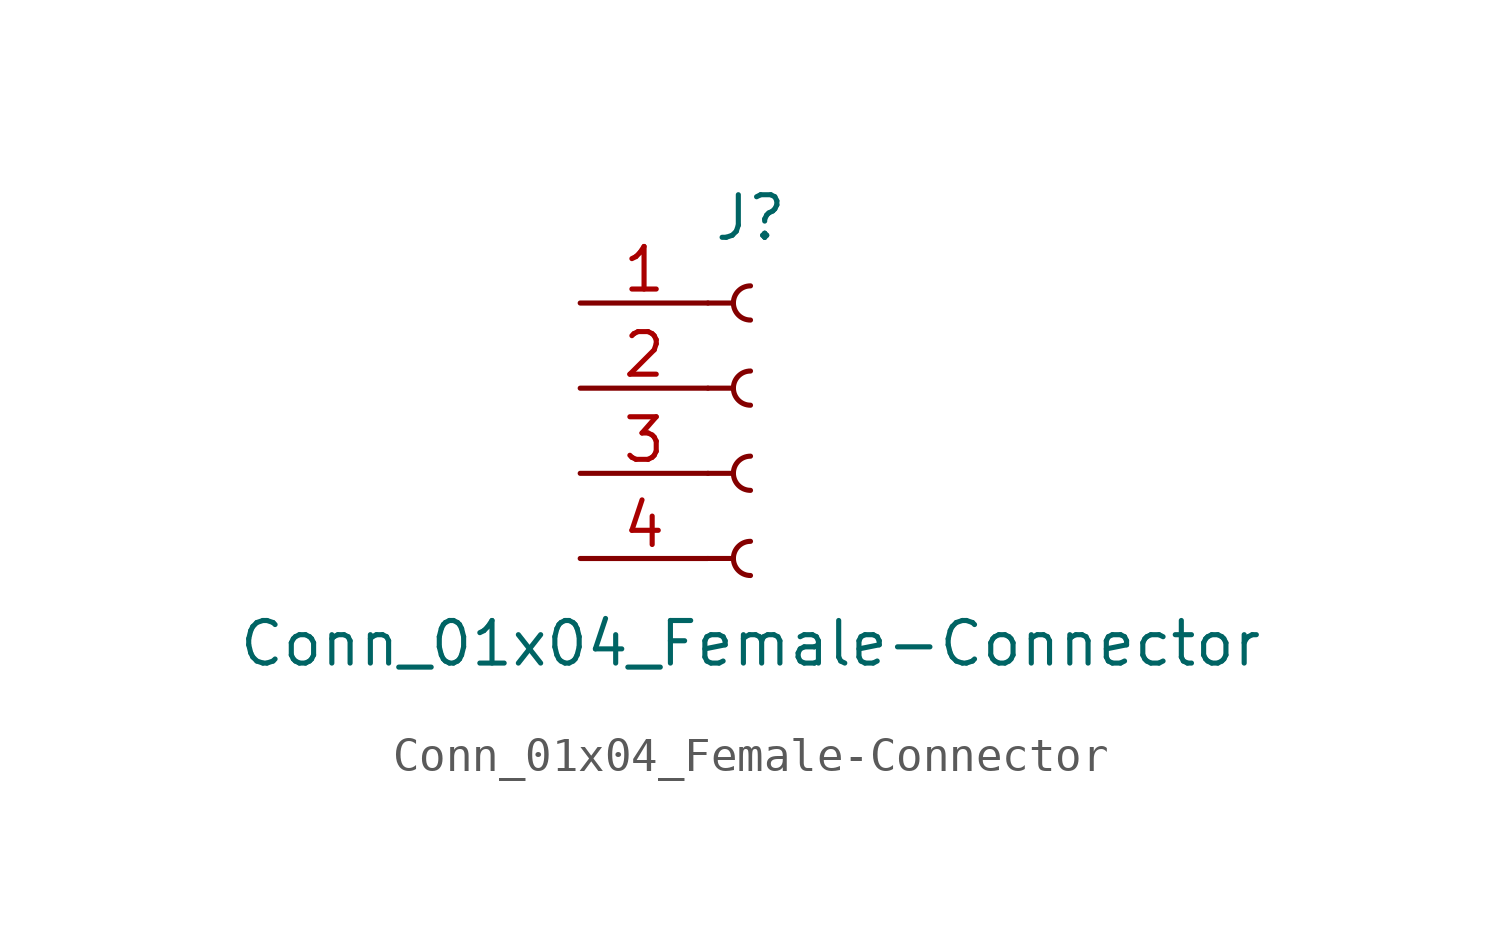
<source format=kicad_sym>
(kicad_symbol_lib
  (version 20220126)
  (generator kicad_symbol_editor)
  (symbol "Conn_01x04_Female-Connector"
    (pin_names
      (offset 1.016) hide)
    (property "Reference" "J"
      (at 0 5.08 0)
      (effects (font (size 1.27 1.27))))
    (property "Value" "Conn_01x04_Female-Connector"
      (at 0 -7.62 0)
      (effects (font (size 1.27 1.27))))
    (symbol "Conn_01x04_Female-Connector_1_1"
      (arc (start 0 -4.572) (mid -0.5058 -5.08) (end 0 -5.588) (stroke (width 0.1524) (type default)) (fill (type none)))
      (arc (start 0 -2.032) (mid -0.5058 -2.54) (end 0 -3.048) (stroke (width 0.1524) (type default)) (fill (type none)))
      (polyline (pts (xy -1.27 -5.08) (xy -0.508 -5.08)) (stroke (width 0.152) (type default)) (fill (type none)))
      (polyline (pts (xy -1.27 -2.54) (xy -0.508 -2.54)) (stroke (width 0.152) (type default)) (fill (type none)))
      (polyline (pts (xy -1.27 0) (xy -0.508 0)) (stroke (width 0.152) (type default)) (fill (type none)))
      (polyline (pts (xy -1.27 2.54) (xy -0.508 2.54)) (stroke (width 0.152) (type default)) (fill (type none)))
      (arc (start 0 0.508) (mid -0.5058 0) (end 0 -0.508) (stroke (width 0.1524) (type default)) (fill (type none)))
      (arc (start 0 3.048) (mid -0.5058 2.54) (end 0 2.032) (stroke (width 0.1524) (type default)) (fill (type none)))
      (pin passive line (at -5.08 2.54 0) (length 3.81) (name "Pin_1" (effects (font (size 1.27 1.27)))) (number "1" (effects (font (size 1.27 1.27)))))
      (pin passive line (at -5.08 0 0) (length 3.81) (name "Pin_2" (effects (font (size 1.27 1.27)))) (number "2" (effects (font (size 1.27 1.27)))))
      (pin passive line (at -5.08 -2.54 0) (length 3.81) (name "Pin_3" (effects (font (size 1.27 1.27)))) (number "3" (effects (font (size 1.27 1.27)))))
      (pin passive line (at -5.08 -5.08 0) (length 3.81) (name "Pin_4" (effects (font (size 1.27 1.27)))) (number "4" (effects (font (size 1.27 1.27))))))))
</source>
